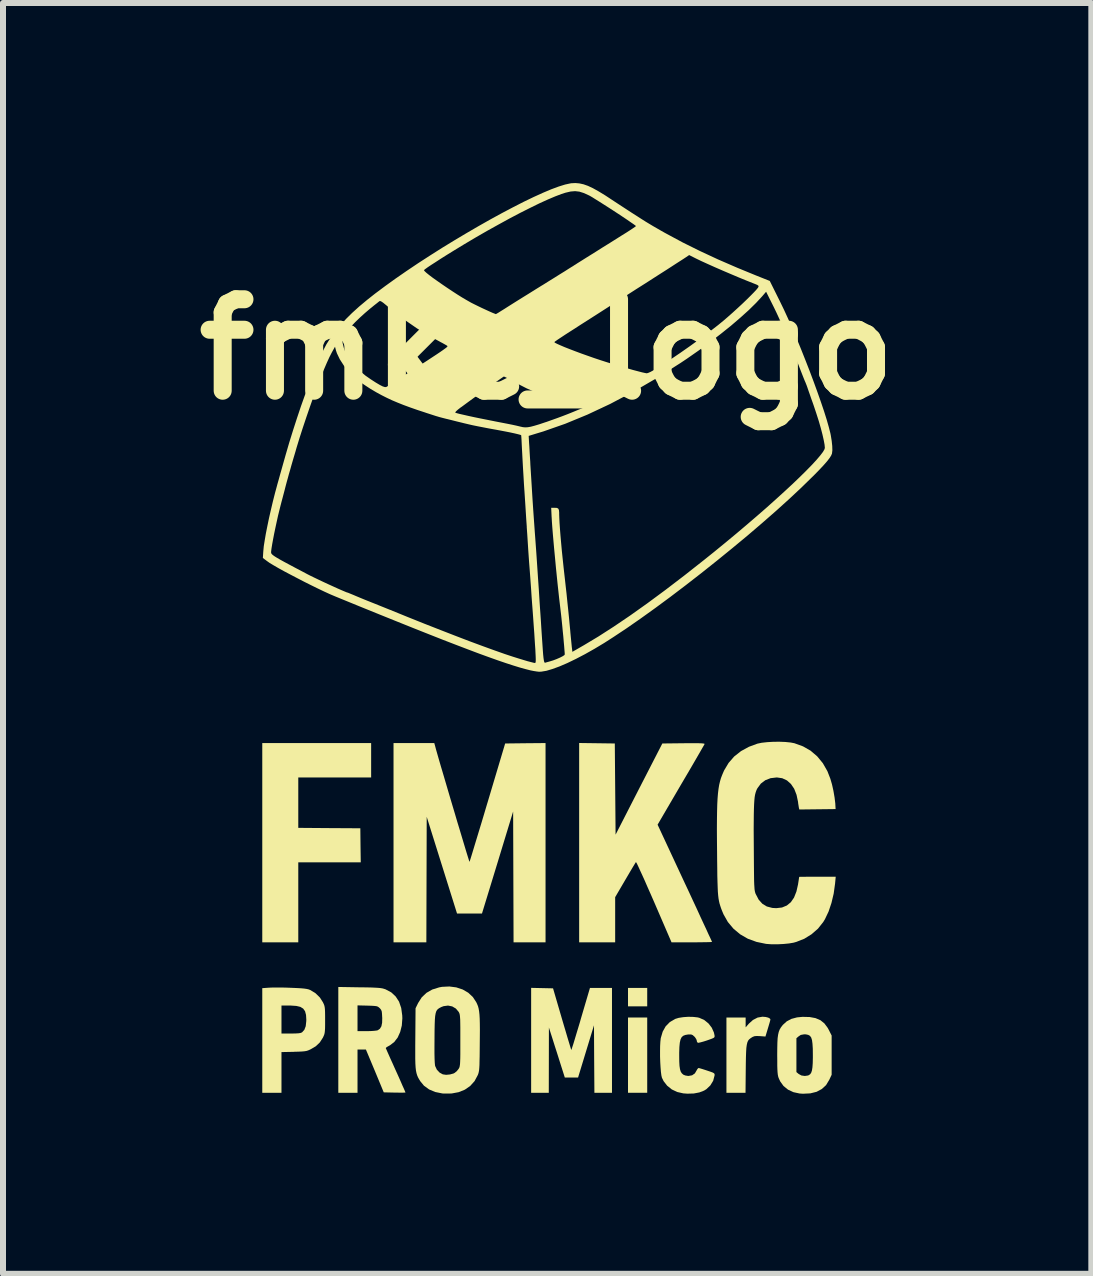
<source format=kicad_pcb>
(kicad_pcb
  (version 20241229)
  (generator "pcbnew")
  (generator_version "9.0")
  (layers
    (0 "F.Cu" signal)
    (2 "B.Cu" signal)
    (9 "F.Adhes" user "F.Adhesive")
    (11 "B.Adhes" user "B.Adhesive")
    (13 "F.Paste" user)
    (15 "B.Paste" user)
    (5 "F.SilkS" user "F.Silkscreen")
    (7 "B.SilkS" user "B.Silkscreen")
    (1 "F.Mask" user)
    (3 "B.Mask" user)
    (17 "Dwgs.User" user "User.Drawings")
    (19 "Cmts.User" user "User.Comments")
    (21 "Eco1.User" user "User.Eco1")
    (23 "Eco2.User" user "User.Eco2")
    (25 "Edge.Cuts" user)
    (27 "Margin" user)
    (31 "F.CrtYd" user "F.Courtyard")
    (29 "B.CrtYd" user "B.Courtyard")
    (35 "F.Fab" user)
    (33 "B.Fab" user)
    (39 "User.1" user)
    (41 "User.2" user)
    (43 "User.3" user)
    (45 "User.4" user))
  (footprint "fmkc_logo"
    (layer "F.Cu")
    (at 6.067 2.771)
    (property "Reference" "fmkc_logo" (at 0 0 0) (layer "F.SilkS") (effects (font (size 1.524 1.524) (thickness 0.3))))
    (attr board_only exclude_from_pos_files exclude_from_bom)
    (fp_poly (pts (xy 1.667 10.947) (xy 1.347 10.947) (xy 1.347 10.64) (xy 1.667 10.64)) (stroke (width 0) (type solid)) (fill yes) (layer "F.SilkS"))
    (fp_poly (pts (xy 1.667 12.387) (xy 1.347 12.387) (xy 1.347 11.133) (xy 1.667 11.133)) (stroke (width 0) (type solid)) (fill yes) (layer "F.SilkS"))
    (fp_poly (pts (xy -2.933 7.133) (xy -4.147 7.133) (xy -4.147 7.973) (xy -3.63 7.977) (xy -3.113 7.98) (xy -3.11 8.263) (xy -3.106 8.547) (xy -4.147 8.547) (xy -4.147 9.88) (xy -4.747 9.88) (xy -4.747 6.56) (xy -2.933 6.56)) (stroke (width 0) (type solid)) (fill yes) (layer "F.SilkS"))
    (fp_poly (pts (xy 3.641 11.124) (xy 3.684 11.135) (xy 3.712 11.151) (xy 3.72 11.165) (xy 3.716 11.183) (xy 3.706 11.22) (xy 3.691 11.271) (xy 3.678 11.314) (xy 3.637 11.45) (xy 3.546 11.443) (xy 3.493 11.441) (xy 3.456 11.444) (xy 3.426 11.455) (xy 3.409 11.465) (xy 3.384 11.482) (xy 3.363 11.5) (xy 3.347 11.521) (xy 3.335 11.55) (xy 3.326 11.588) (xy 3.319 11.639) (xy 3.315 11.706) (xy 3.312 11.791) (xy 3.31 11.898) (xy 3.309 11.99) (xy 3.305 12.387) (xy 2.987 12.387) (xy 2.987 11.133) (xy 3.307 11.133) (xy 3.307 11.297) (xy 3.36 11.236) (xy 3.429 11.174) (xy 3.506 11.134) (xy 3.586 11.12) (xy 3.59 11.12)) (stroke (width 0) (type solid)) (fill yes) (layer "F.SilkS"))
    (fp_poly (pts (xy -0.084 10.643) (xy 0.098 10.647) (xy 0.247 11.157) (xy 0.28 11.269) (xy 0.311 11.373) (xy 0.338 11.465) (xy 0.362 11.544) (xy 0.381 11.607) (xy 0.394 11.65) (xy 0.401 11.671) (xy 0.402 11.673) (xy 0.407 11.662) (xy 0.418 11.628) (xy 0.436 11.574) (xy 0.458 11.501) (xy 0.484 11.414) (xy 0.514 11.315) (xy 0.547 11.206) (xy 0.56 11.159) (xy 0.713 10.64) (xy 0.897 10.64) (xy 1.08 10.64) (xy 1.08 12.387) (xy 0.787 12.387) (xy 0.783 11.825) (xy 0.78 11.263) (xy 0.515 12.133) (xy 0.294 12.133) (xy 0.221 11.903) (xy 0.192 11.811) (xy 0.16 11.71) (xy 0.128 11.611) (xy 0.1 11.522) (xy 0.089 11.487) (xy 0.029 11.3) (xy 0.028 11.843) (xy 0.027 12.387) (xy -0.267 12.387) (xy -0.267 10.639)) (stroke (width 0) (type solid)) (fill yes) (layer "F.SilkS"))
    (fp_poly (pts (xy -0.027 9.88) (xy -0.56 9.88) (xy -0.567 7.7) (xy -0.826 8.55) (xy -1.086 9.4) (xy -1.502 9.4) (xy -2.007 7.789) (xy -2.013 9.88) (xy -2.56 9.88) (xy -2.56 6.56) (xy -1.881 6.56) (xy -1.867 6.61) (xy -1.851 6.67) (xy -1.829 6.747) (xy -1.802 6.841) (xy -1.771 6.948) (xy -1.736 7.065) (xy -1.699 7.191) (xy -1.66 7.324) (xy -1.62 7.46) (xy -1.579 7.598) (xy -1.538 7.735) (xy -1.499 7.868) (xy -1.46 7.996) (xy -1.424 8.116) (xy -1.391 8.226) (xy -1.362 8.323) (xy -1.337 8.405) (xy -1.317 8.469) (xy -1.303 8.514) (xy -1.295 8.537) (xy -1.294 8.539) (xy -1.289 8.525) (xy -1.277 8.488) (xy -1.259 8.43) (xy -1.235 8.351) (xy -1.206 8.255) (xy -1.172 8.143) (xy -1.134 8.018) (xy -1.092 7.88) (xy -1.048 7.733) (xy -1.002 7.578) (xy -0.993 7.549) (xy -0.7 6.567) (xy -0.363 6.563) (xy -0.027 6.56)) (stroke (width 0) (type solid)) (fill yes) (layer "F.SilkS"))
    (fp_poly (pts (xy 0.83 6.563) (xy 1.127 6.567) (xy 1.14 8.086) (xy 1.529 7.326) (xy 1.919 6.567) (xy 2.274 6.563) (xy 2.384 6.562) (xy 2.47 6.562) (xy 2.534 6.563) (xy 2.579 6.565) (xy 2.607 6.568) (xy 2.621 6.572) (xy 2.623 6.576) (xy 2.615 6.591) (xy 2.595 6.626) (xy 2.564 6.68) (xy 2.523 6.751) (xy 2.474 6.836) (xy 2.417 6.934) (xy 2.354 7.042) (xy 2.285 7.159) (xy 2.228 7.256) (xy 1.84 7.92) (xy 2.293 8.893) (xy 2.364 9.044) (xy 2.431 9.189) (xy 2.494 9.324) (xy 2.551 9.449) (xy 2.603 9.561) (xy 2.649 9.659) (xy 2.686 9.741) (xy 2.716 9.804) (xy 2.736 9.848) (xy 2.746 9.871) (xy 2.747 9.873) (xy 2.734 9.875) (xy 2.698 9.877) (xy 2.643 9.878) (xy 2.571 9.879) (xy 2.487 9.88) (xy 2.409 9.88) (xy 2.072 9.88) (xy 1.781 9.206) (xy 1.726 9.08) (xy 1.674 8.963) (xy 1.627 8.855) (xy 1.584 8.76) (xy 1.547 8.68) (xy 1.518 8.616) (xy 1.496 8.57) (xy 1.482 8.546) (xy 1.479 8.543) (xy 1.47 8.557) (xy 1.449 8.591) (xy 1.419 8.641) (xy 1.381 8.705) (xy 1.338 8.778) (xy 1.301 8.841) (xy 1.133 9.128) (xy 1.133 9.88) (xy 0.533 9.88) (xy 0.533 6.559)) (stroke (width 0) (type solid)) (fill yes) (layer "F.SilkS"))
    (fp_poly (pts (xy -4.435 10.633) (xy -4.346 10.635) (xy -4.267 10.638) (xy -4.173 10.642) (xy -4.101 10.646) (xy -4.047 10.651) (xy -4.007 10.657) (xy -3.976 10.664) (xy -3.95 10.674) (xy -3.945 10.676) (xy -3.859 10.729) (xy -3.786 10.801) (xy -3.737 10.878) (xy -3.723 10.907) (xy -3.713 10.933) (xy -3.707 10.96) (xy -3.703 10.995) (xy -3.701 11.042) (xy -3.7 11.107) (xy -3.7 11.173) (xy -3.7 11.255) (xy -3.701 11.316) (xy -3.704 11.36) (xy -3.708 11.392) (xy -3.715 11.419) (xy -3.726 11.445) (xy -3.737 11.469) (xy -3.788 11.548) (xy -3.855 11.612) (xy -3.944 11.664) (xy -3.946 11.665) (xy -3.977 11.679) (xy -4.006 11.689) (xy -4.04 11.695) (xy -4.082 11.699) (xy -4.141 11.702) (xy -4.22 11.704) (xy -4.223 11.705) (xy -4.427 11.709) (xy -4.427 12.387) (xy -4.747 12.387) (xy -4.747 11.4) (xy -4.427 11.4) (xy -4.27 11.4) (xy -4.197 11.399) (xy -4.145 11.396) (xy -4.111 11.391) (xy -4.088 11.382) (xy -4.082 11.378) (xy -4.046 11.338) (xy -4.023 11.278) (xy -4.014 11.195) (xy -4.013 11.17) (xy -4.018 11.09) (xy -4.034 11.029) (xy -4.065 10.985) (xy -4.112 10.956) (xy -4.179 10.94) (xy -4.268 10.934) (xy -4.29 10.933) (xy -4.427 10.933) (xy -4.427 11.4) (xy -4.747 11.4) (xy -4.747 10.644) (xy -4.637 10.636) (xy -4.587 10.634) (xy -4.518 10.633)) (stroke (width 0) (type solid)) (fill yes) (layer "F.SilkS"))
    (fp_poly (pts (xy 4.373 11.125) (xy 4.471 11.143) (xy 4.553 11.178) (xy 4.619 11.231) (xy 4.674 11.305) (xy 4.693 11.34) (xy 4.74 11.433) (xy 4.74 12.087) (xy 4.701 12.17) (xy 4.648 12.258) (xy 4.577 12.324) (xy 4.489 12.371) (xy 4.384 12.397) (xy 4.262 12.403) (xy 4.205 12.399) (xy 4.103 12.377) (xy 4.013 12.335) (xy 3.938 12.274) (xy 3.882 12.196) (xy 3.857 12.141) (xy 3.849 12.116) (xy 3.843 12.086) (xy 3.839 12.048) (xy 3.836 11.999) (xy 3.834 11.935) (xy 3.834 11.851) (xy 3.833 11.76) (xy 3.834 11.644) (xy 3.836 11.551) (xy 3.84 11.478) (xy 4.153 11.478) (xy 4.153 12.042) (xy 4.191 12.074) (xy 4.237 12.099) (xy 4.293 12.107) (xy 4.347 12.099) (xy 4.362 12.092) (xy 4.384 12.076) (xy 4.4 12.051) (xy 4.412 12.015) (xy 4.42 11.963) (xy 4.425 11.893) (xy 4.427 11.801) (xy 4.427 11.76) (xy 4.426 11.654) (xy 4.421 11.572) (xy 4.413 11.51) (xy 4.399 11.466) (xy 4.378 11.438) (xy 4.349 11.422) (xy 4.311 11.414) (xy 4.282 11.413) (xy 4.226 11.423) (xy 4.191 11.446) (xy 4.153 11.478) (xy 3.84 11.478) (xy 3.84 11.477) (xy 3.848 11.419) (xy 3.859 11.372) (xy 3.874 11.333) (xy 3.894 11.299) (xy 3.92 11.265) (xy 3.927 11.256) (xy 3.992 11.197) (xy 4.069 11.156) (xy 4.163 11.131) (xy 4.254 11.122)) (stroke (width 0) (type solid)) (fill yes) (layer "F.SilkS"))
    (fp_poly (pts (xy -3.123 10.63) (xy -3.015 10.631) (xy -2.929 10.633) (xy -2.863 10.636) (xy -2.813 10.639) (xy -2.774 10.643) (xy -2.744 10.648) (xy -2.719 10.655) (xy -2.695 10.663) (xy -2.692 10.664) (xy -2.598 10.714) (xy -2.524 10.783) (xy -2.468 10.869) (xy -2.432 10.974) (xy -2.415 11.097) (xy -2.413 11.147) (xy -2.422 11.267) (xy -2.449 11.374) (xy -2.491 11.467) (xy -2.548 11.541) (xy -2.618 11.595) (xy -2.64 11.607) (xy -2.671 11.624) (xy -2.688 11.64) (xy -2.688 11.646) (xy -2.681 11.661) (xy -2.665 11.698) (xy -2.641 11.752) (xy -2.61 11.822) (xy -2.573 11.903) (xy -2.533 11.993) (xy -2.521 12.019) (xy -2.48 12.11) (xy -2.443 12.193) (xy -2.412 12.265) (xy -2.386 12.322) (xy -2.369 12.362) (xy -2.361 12.382) (xy -2.36 12.383) (xy -2.373 12.384) (xy -2.407 12.385) (xy -2.458 12.385) (xy -2.522 12.384) (xy -2.542 12.384) (xy -2.723 12.38) (xy -2.871 12.023) (xy -3.02 11.667) (xy -3.16 11.667) (xy -3.16 12.387) (xy -3.48 12.387) (xy -3.48 11.36) (xy -3.16 11.36) (xy -3.007 11.36) (xy -2.943 11.359) (xy -2.885 11.355) (xy -2.842 11.35) (xy -2.822 11.345) (xy -2.786 11.319) (xy -2.762 11.279) (xy -2.75 11.22) (xy -2.748 11.14) (xy -2.749 11.13) (xy -2.752 11.072) (xy -2.756 11.034) (xy -2.765 11.009) (xy -2.779 10.989) (xy -2.79 10.977) (xy -2.807 10.962) (xy -2.824 10.951) (xy -2.846 10.944) (xy -2.88 10.94) (xy -2.93 10.937) (xy -2.994 10.935) (xy -3.16 10.931) (xy -3.16 11.36) (xy -3.48 11.36) (xy -3.48 10.624)) (stroke (width 0) (type solid)) (fill yes) (layer "F.SilkS"))
    (fp_poly (pts (xy 2.434 11.123) (xy 2.507 11.131) (xy 2.535 11.138) (xy 2.616 11.174) (xy 2.687 11.231) (xy 2.742 11.302) (xy 2.778 11.382) (xy 2.789 11.432) (xy 2.79 11.45) (xy 2.785 11.463) (xy 2.771 11.474) (xy 2.741 11.487) (xy 2.694 11.504) (xy 2.66 11.516) (xy 2.603 11.534) (xy 2.555 11.547) (xy 2.522 11.554) (xy 2.51 11.554) (xy 2.496 11.537) (xy 2.493 11.519) (xy 2.484 11.493) (xy 2.462 11.46) (xy 2.453 11.451) (xy 2.425 11.426) (xy 2.4 11.416) (xy 2.365 11.415) (xy 2.346 11.416) (xy 2.301 11.424) (xy 2.266 11.438) (xy 2.24 11.462) (xy 2.222 11.499) (xy 2.21 11.552) (xy 2.203 11.624) (xy 2.2 11.718) (xy 2.2 11.77) (xy 2.201 11.866) (xy 2.205 11.939) (xy 2.213 11.993) (xy 2.225 12.033) (xy 2.242 12.061) (xy 2.266 12.083) (xy 2.268 12.085) (xy 2.302 12.099) (xy 2.345 12.106) (xy 2.353 12.107) (xy 2.415 12.096) (xy 2.461 12.064) (xy 2.488 12.018) (xy 2.505 11.989) (xy 2.521 11.975) (xy 2.524 11.974) (xy 2.543 11.979) (xy 2.581 11.99) (xy 2.631 12.006) (xy 2.667 12.018) (xy 2.724 12.037) (xy 2.761 12.051) (xy 2.781 12.063) (xy 2.789 12.075) (xy 2.79 12.092) (xy 2.789 12.1) (xy 2.766 12.187) (xy 2.719 12.264) (xy 2.653 12.327) (xy 2.614 12.351) (xy 2.537 12.381) (xy 2.443 12.399) (xy 2.337 12.402) (xy 2.268 12.397) (xy 2.167 12.374) (xy 2.076 12.331) (xy 1.999 12.269) (xy 1.94 12.193) (xy 1.912 12.136) (xy 1.903 12.097) (xy 1.895 12.036) (xy 1.889 11.96) (xy 1.884 11.874) (xy 1.881 11.783) (xy 1.881 11.693) (xy 1.882 11.609) (xy 1.886 11.537) (xy 1.892 11.483) (xy 1.893 11.476) (xy 1.925 11.368) (xy 1.975 11.279) (xy 2.044 11.209) (xy 2.132 11.157) (xy 2.132 11.157) (xy 2.191 11.139) (xy 2.267 11.127) (xy 2.351 11.121)) (stroke (width 0) (type solid)) (fill yes) (layer "F.SilkS"))
    (fp_poly (pts (xy -1.514 10.631) (xy -1.408 10.666) (xy -1.315 10.72) (xy -1.238 10.792) (xy -1.182 10.877) (xy -1.166 10.911) (xy -1.152 10.946) (xy -1.142 10.984) (xy -1.134 11.03) (xy -1.128 11.084) (xy -1.124 11.152) (xy -1.122 11.235) (xy -1.121 11.336) (xy -1.122 11.459) (xy -1.123 11.56) (xy -1.124 11.683) (xy -1.125 11.783) (xy -1.127 11.862) (xy -1.128 11.924) (xy -1.131 11.972) (xy -1.134 12.008) (xy -1.139 12.036) (xy -1.144 12.059) (xy -1.151 12.08) (xy -1.158 12.096) (xy -1.21 12.193) (xy -1.282 12.273) (xy -1.371 12.335) (xy -1.475 12.377) (xy -1.593 12.399) (xy -1.722 12.4) (xy -1.747 12.398) (xy -1.866 12.374) (xy -1.968 12.331) (xy -2.053 12.269) (xy -2.113 12.196) (xy -2.134 12.162) (xy -2.152 12.13) (xy -2.166 12.097) (xy -2.177 12.061) (xy -2.186 12.018) (xy -2.192 11.965) (xy -2.196 11.9) (xy -2.198 11.819) (xy -2.198 11.721) (xy -2.198 11.618) (xy -1.878 11.618) (xy -1.878 11.731) (xy -1.876 11.82) (xy -1.873 11.885) (xy -1.869 11.928) (xy -1.866 11.942) (xy -1.838 12.002) (xy -1.792 12.051) (xy -1.739 12.08) (xy -1.684 12.088) (xy -1.62 12.082) (xy -1.561 12.066) (xy -1.542 12.056) (xy -1.507 12.028) (xy -1.477 11.991) (xy -1.474 11.986) (xy -1.466 11.972) (xy -1.46 11.957) (xy -1.456 11.936) (xy -1.452 11.908) (xy -1.45 11.87) (xy -1.448 11.817) (xy -1.447 11.748) (xy -1.447 11.659) (xy -1.447 11.547) (xy -1.447 11.513) (xy -1.447 11.395) (xy -1.447 11.3) (xy -1.448 11.226) (xy -1.449 11.169) (xy -1.452 11.127) (xy -1.455 11.097) (xy -1.459 11.075) (xy -1.465 11.058) (xy -1.472 11.044) (xy -1.473 11.041) (xy -1.521 10.984) (xy -1.582 10.948) (xy -1.652 10.934) (xy -1.726 10.944) (xy -1.763 10.958) (xy -1.792 10.973) (xy -1.815 10.988) (xy -1.834 11.006) (xy -1.848 11.03) (xy -1.858 11.062) (xy -1.866 11.107) (xy -1.871 11.166) (xy -1.874 11.243) (xy -1.876 11.341) (xy -1.877 11.461) (xy -1.877 11.48) (xy -1.878 11.618) (xy -2.198 11.618) (xy -2.198 11.6) (xy -2.197 11.477) (xy -2.193 10.979) (xy -2.15 10.891) (xy -2.09 10.797) (xy -2.011 10.722) (xy -1.915 10.667) (xy -1.8 10.631) (xy -1.752 10.622) (xy -1.63 10.616)) (stroke (width 0) (type solid)) (fill yes) (layer "F.SilkS"))
    (fp_poly (pts (xy 3.97 6.542) (xy 4.058 6.551) (xy 4.12 6.563) (xy 4.263 6.615) (xy 4.389 6.687) (xy 4.499 6.781) (xy 4.593 6.895) (xy 4.669 7.028) (xy 4.718 7.153) (xy 4.746 7.249) (xy 4.77 7.357) (xy 4.789 7.468) (xy 4.801 7.568) (xy 4.802 7.593) (xy 4.806 7.66) (xy 4.201 7.667) (xy 4.194 7.637) (xy 4.189 7.606) (xy 4.182 7.562) (xy 4.18 7.54) (xy 4.155 7.422) (xy 4.116 7.322) (xy 4.062 7.242) (xy 3.996 7.183) (xy 3.917 7.146) (xy 3.828 7.133) (xy 3.825 7.133) (xy 3.723 7.145) (xy 3.635 7.179) (xy 3.561 7.235) (xy 3.504 7.312) (xy 3.494 7.33) (xy 3.483 7.356) (xy 3.473 7.386) (xy 3.464 7.421) (xy 3.457 7.463) (xy 3.452 7.516) (xy 3.448 7.58) (xy 3.445 7.659) (xy 3.443 7.753) (xy 3.442 7.867) (xy 3.441 8) (xy 3.442 8.157) (xy 3.443 8.301) (xy 3.444 8.456) (xy 3.445 8.587) (xy 3.446 8.696) (xy 3.447 8.786) (xy 3.448 8.858) (xy 3.45 8.915) (xy 3.453 8.959) (xy 3.455 8.993) (xy 3.459 9.02) (xy 3.463 9.04) (xy 3.468 9.057) (xy 3.474 9.074) (xy 3.476 9.077) (xy 3.524 9.169) (xy 3.585 9.237) (xy 3.66 9.283) (xy 3.751 9.307) (xy 3.818 9.311) (xy 3.913 9.3) (xy 3.993 9.267) (xy 4.06 9.212) (xy 4.113 9.135) (xy 4.153 9.034) (xy 4.181 8.911) (xy 4.181 8.908) (xy 4.189 8.857) (xy 4.195 8.816) (xy 4.199 8.793) (xy 4.199 8.79) (xy 4.212 8.789) (xy 4.248 8.788) (xy 4.303 8.788) (xy 4.373 8.787) (xy 4.456 8.787) (xy 4.504 8.787) (xy 4.808 8.787) (xy 4.797 8.903) (xy 4.774 9.068) (xy 4.737 9.224) (xy 4.689 9.367) (xy 4.63 9.492) (xy 4.6 9.542) (xy 4.512 9.653) (xy 4.405 9.746) (xy 4.284 9.821) (xy 4.152 9.873) (xy 4.106 9.886) (xy 4.03 9.899) (xy 3.937 9.908) (xy 3.837 9.913) (xy 3.741 9.913) (xy 3.658 9.907) (xy 3.647 9.906) (xy 3.488 9.873) (xy 3.343 9.82) (xy 3.215 9.746) (xy 3.104 9.653) (xy 3.011 9.542) (xy 2.938 9.413) (xy 2.913 9.353) (xy 2.897 9.311) (xy 2.884 9.272) (xy 2.872 9.233) (xy 2.863 9.193) (xy 2.855 9.148) (xy 2.849 9.096) (xy 2.844 9.035) (xy 2.841 8.962) (xy 2.838 8.875) (xy 2.835 8.77) (xy 2.834 8.646) (xy 2.832 8.5) (xy 2.831 8.366) (xy 2.829 8.165) (xy 2.828 7.989) (xy 2.829 7.835) (xy 2.831 7.702) (xy 2.834 7.586) (xy 2.839 7.486) (xy 2.846 7.399) (xy 2.855 7.324) (xy 2.866 7.257) (xy 2.88 7.198) (xy 2.896 7.143) (xy 2.916 7.091) (xy 2.938 7.039) (xy 2.95 7.013) (xy 3.023 6.891) (xy 3.116 6.784) (xy 3.23 6.694) (xy 3.362 6.622) (xy 3.503 6.57) (xy 3.575 6.555) (xy 3.665 6.545) (xy 3.766 6.539) (xy 3.87 6.538)) (stroke (width 0) (type solid)) (fill yes) (layer "F.SilkS"))
    (fp_poly (pts (xy 0.538 -2.765) (xy 0.606 -2.75) (xy 0.68 -2.724) (xy 0.763 -2.685) (xy 0.858 -2.632) (xy 0.968 -2.565) (xy 1.053 -2.509) (xy 1.19 -2.419) (xy 1.308 -2.342) (xy 1.409 -2.276) (xy 1.497 -2.22) (xy 1.573 -2.171) (xy 1.641 -2.128) (xy 1.704 -2.09) (xy 1.764 -2.054) (xy 1.825 -2.019) (xy 1.889 -1.982) (xy 1.958 -1.943) (xy 1.993 -1.924) (xy 2.257 -1.782) (xy 2.543 -1.64) (xy 2.846 -1.499) (xy 3.164 -1.361) (xy 3.478 -1.232) (xy 3.709 -1.14) (xy 3.878 -0.8) (xy 3.944 -0.664) (xy 4.013 -0.514) (xy 4.085 -0.351) (xy 4.158 -0.179) (xy 4.231 -0.001) (xy 4.303 0.18) (xy 4.374 0.362) (xy 4.441 0.541) (xy 4.504 0.714) (xy 4.562 0.879) (xy 4.614 1.033) (xy 4.658 1.173) (xy 4.693 1.296) (xy 4.719 1.398) (xy 4.726 1.433) (xy 4.741 1.526) (xy 4.75 1.611) (xy 4.752 1.682) (xy 4.746 1.733) (xy 4.745 1.738) (xy 4.731 1.771) (xy 4.704 1.813) (xy 4.663 1.866) (xy 4.606 1.931) (xy 4.533 2.009) (xy 4.441 2.103) (xy 4.414 2.129) (xy 4.232 2.307) (xy 4.031 2.495) (xy 3.813 2.692) (xy 3.581 2.895) (xy 3.338 3.103) (xy 3.086 3.312) (xy 2.829 3.521) (xy 2.569 3.728) (xy 2.309 3.93) (xy 2.051 4.126) (xy 1.799 4.312) (xy 1.555 4.487) (xy 1.322 4.649) (xy 1.102 4.795) (xy 0.951 4.892) (xy 0.788 4.99) (xy 0.63 5.079) (xy 0.479 5.158) (xy 0.336 5.227) (xy 0.206 5.283) (xy 0.088 5.326) (xy -0.013 5.356) (xy -0.097 5.37) (xy -0.133 5.372) (xy -0.17 5.368) (xy -0.221 5.36) (xy -0.277 5.349) (xy -0.281 5.348) (xy -0.363 5.327) (xy -0.457 5.301) (xy -0.564 5.268) (xy -0.684 5.229) (xy -0.819 5.183) (xy -0.968 5.13) (xy -1.133 5.07) (xy -1.316 5.001) (xy -1.515 4.925) (xy -1.733 4.841) (xy -1.971 4.747) (xy -2.228 4.645) (xy -2.507 4.533) (xy -2.807 4.412) (xy -3.13 4.281) (xy -3.477 4.139) (xy -3.54 4.113) (xy -3.62 4.079) (xy -3.714 4.036) (xy -3.819 3.986) (xy -3.931 3.931) (xy -4.047 3.873) (xy -4.163 3.813) (xy -4.276 3.754) (xy -4.382 3.698) (xy -4.478 3.645) (xy -4.559 3.598) (xy -4.624 3.559) (xy -4.665 3.53) (xy -4.737 3.476) (xy -4.731 3.381) (xy -4.6 3.381) (xy -4.599 3.392) (xy -4.594 3.404) (xy -4.583 3.417) (xy -4.565 3.432) (xy -4.538 3.451) (xy -4.499 3.475) (xy -4.447 3.505) (xy -4.38 3.542) (xy -4.296 3.587) (xy -4.193 3.642) (xy -4.069 3.707) (xy -3.992 3.748) (xy -3.943 3.773) (xy -3.881 3.803) (xy -3.808 3.838) (xy -3.73 3.875) (xy -3.648 3.913) (xy -3.569 3.949) (xy -3.494 3.983) (xy -3.428 4.012) (xy -3.376 4.034) (xy -3.34 4.049) (xy -3.325 4.053) (xy -3.311 4.058) (xy -3.278 4.072) (xy -3.231 4.091) (xy -3.189 4.109) (xy -3.122 4.137) (xy -3.052 4.166) (xy -2.99 4.191) (xy -2.967 4.2) (xy -2.925 4.217) (xy -2.864 4.241) (xy -2.79 4.271) (xy -2.708 4.304) (xy -2.624 4.338) (xy -2.62 4.339) (xy -2.326 4.459) (xy -2.044 4.572) (xy -1.776 4.677) (xy -1.524 4.775) (xy -1.289 4.865) (xy -1.073 4.945) (xy -0.877 5.016) (xy -0.704 5.077) (xy -0.653 5.094) (xy -0.568 5.122) (xy -0.482 5.149) (xy -0.4 5.174) (xy -0.327 5.196) (xy -0.265 5.212) (xy -0.222 5.223) (xy -0.203 5.226) (xy -0.195 5.221) (xy -0.191 5.202) (xy -0.19 5.166) (xy -0.192 5.109) (xy -0.194 5.07) (xy -0.197 5.003) (xy -0.203 4.918) (xy -0.209 4.823) (xy -0.215 4.726) (xy -0.22 4.66) (xy -0.227 4.563) (xy -0.235 4.449) (xy -0.244 4.328) (xy -0.253 4.21) (xy -0.26 4.113) (xy -0.267 4.004) (xy -0.276 3.88) (xy -0.285 3.754) (xy -0.294 3.635) (xy -0.301 3.547) (xy -0.308 3.447) (xy -0.316 3.33) (xy -0.324 3.205) (xy -0.332 3.08) (xy -0.34 2.967) (xy -0.34 2.953) (xy -0.348 2.84) (xy -0.356 2.714) (xy -0.364 2.585) (xy -0.372 2.463) (xy -0.379 2.356) (xy -0.38 2.347) (xy -0.387 2.241) (xy -0.394 2.119) (xy -0.402 1.989) (xy -0.409 1.863) (xy -0.415 1.75) (xy -0.415 1.747) (xy -0.42 1.658) (xy -0.424 1.579) (xy -0.427 1.514) (xy -0.43 1.465) (xy -0.432 1.442) (xy -0.308 1.442) (xy -0.301 1.564) (xy -0.297 1.62) (xy -0.293 1.695) (xy -0.288 1.781) (xy -0.282 1.871) (xy -0.28 1.92) (xy -0.269 2.096) (xy -0.257 2.287) (xy -0.245 2.484) (xy -0.232 2.679) (xy -0.219 2.864) (xy -0.207 3.031) (xy -0.207 3.033) (xy -0.199 3.139) (xy -0.191 3.25) (xy -0.182 3.372) (xy -0.173 3.505) (xy -0.163 3.653) (xy -0.152 3.818) (xy -0.139 4.004) (xy -0.126 4.213) (xy -0.121 4.287) (xy -0.113 4.401) (xy -0.105 4.518) (xy -0.098 4.633) (xy -0.091 4.739) (xy -0.085 4.83) (xy -0.08 4.9) (xy -0.073 5.004) (xy -0.067 5.084) (xy -0.061 5.142) (xy -0.055 5.183) (xy -0.049 5.208) (xy -0.042 5.22) (xy -0.034 5.222) (xy -0.032 5.221) (xy -0.009 5.214) (xy 0.028 5.204) (xy 0.042 5.2) (xy 0.101 5.182) (xy 0.159 5.16) (xy 0.214 5.136) (xy 0.257 5.114) (xy 0.286 5.095) (xy 0.293 5.084) (xy 0.292 5.058) (xy 0.288 5.01) (xy 0.283 4.946) (xy 0.276 4.869) (xy 0.269 4.785) (xy 0.26 4.698) (xy 0.252 4.613) (xy 0.244 4.534) (xy 0.237 4.468) (xy 0.234 4.44) (xy 0.216 4.285) (xy 0.2 4.151) (xy 0.187 4.031) (xy 0.175 3.921) (xy 0.164 3.814) (xy 0.153 3.704) (xy 0.147 3.647) (xy 0.13 3.465) (xy 0.115 3.308) (xy 0.103 3.173) (xy 0.093 3.057) (xy 0.085 2.958) (xy 0.079 2.874) (xy 0.075 2.802) (xy 0.074 2.79) (xy 0.067 2.64) (xy 0.126 2.64) (xy 0.162 2.642) (xy 0.184 2.653) (xy 0.196 2.677) (xy 0.2 2.72) (xy 0.2 2.75) (xy 0.202 2.809) (xy 0.206 2.89) (xy 0.213 2.99) (xy 0.222 3.104) (xy 0.233 3.229) (xy 0.245 3.361) (xy 0.259 3.495) (xy 0.273 3.628) (xy 0.287 3.753) (xy 0.297 3.841) (xy 0.309 3.95) (xy 0.323 4.073) (xy 0.336 4.203) (xy 0.35 4.336) (xy 0.363 4.464) (xy 0.374 4.581) (xy 0.384 4.682) (xy 0.387 4.72) (xy 0.394 4.794) (xy 0.401 4.865) (xy 0.407 4.925) (xy 0.411 4.968) (xy 0.412 4.97) (xy 0.42 5.04) (xy 0.613 4.929) (xy 0.853 4.785) (xy 1.108 4.621) (xy 1.38 4.437) (xy 1.667 4.233) (xy 1.969 4.01) (xy 2.287 3.767) (xy 2.618 3.506) (xy 2.78 3.376) (xy 2.966 3.224) (xy 3.148 3.073) (xy 3.324 2.924) (xy 3.494 2.778) (xy 3.657 2.636) (xy 3.811 2.498) (xy 3.955 2.367) (xy 4.089 2.243) (xy 4.21 2.127) (xy 4.318 2.02) (xy 4.412 1.924) (xy 4.49 1.839) (xy 4.552 1.766) (xy 4.596 1.708) (xy 4.621 1.664) (xy 4.627 1.641) (xy 4.622 1.587) (xy 4.608 1.512) (xy 4.587 1.419) (xy 4.559 1.311) (xy 4.525 1.193) (xy 4.485 1.068) (xy 4.442 0.939) (xy 4.426 0.893) (xy 4.4 0.821) (xy 4.377 0.754) (xy 4.357 0.697) (xy 4.343 0.657) (xy 4.34 0.647) (xy 4.324 0.602) (xy 4.303 0.549) (xy 4.293 0.527) (xy 4.276 0.485) (xy 4.253 0.427) (xy 4.228 0.363) (xy 4.214 0.327) (xy 4.15 0.161) (xy 4.083 -0.008) (xy 4.014 -0.175) (xy 3.946 -0.335) (xy 3.88 -0.483) (xy 3.819 -0.615) (xy 3.779 -0.698) (xy 3.648 -0.96) (xy 3.582 -0.883) (xy 3.481 -0.774) (xy 3.359 -0.654) (xy 3.218 -0.527) (xy 3.062 -0.393) (xy 2.891 -0.256) (xy 2.711 -0.117) (xy 2.522 0.021) (xy 2.327 0.157) (xy 2.219 0.229) (xy 1.822 0.481) (xy 1.432 0.708) (xy 1.049 0.91) (xy 0.672 1.087) (xy 0.301 1.24) (xy -0.065 1.368) (xy -0.171 1.4) (xy -0.308 1.442) (xy -0.432 1.442) (xy -0.432 1.436) (xy -0.433 1.431) (xy -0.448 1.424) (xy -0.486 1.414) (xy -0.544 1.4) (xy -0.618 1.384) (xy -0.704 1.367) (xy -0.799 1.349) (xy -0.847 1.34) (xy -0.97 1.318) (xy -1.073 1.298) (xy -1.161 1.281) (xy -1.239 1.265) (xy -1.313 1.248) (xy -1.389 1.23) (xy -1.433 1.219) (xy -1.507 1.201) (xy -1.586 1.181) (xy -1.658 1.163) (xy -1.68 1.158) (xy -1.739 1.143) (xy -1.796 1.128) (xy -1.839 1.115) (xy -1.847 1.113) (xy -2.014 1.059) (xy -2.037 1.051) (xy -1.532 1.051) (xy -1.53 1.055) (xy -1.507 1.063) (xy -1.462 1.075) (xy -1.396 1.09) (xy -1.313 1.109) (xy -1.216 1.13) (xy -1.109 1.152) (xy -0.993 1.175) (xy -0.873 1.199) (xy -0.833 1.207) (xy -0.74 1.225) (xy -0.652 1.242) (xy -0.573 1.258) (xy -0.509 1.272) (xy -0.463 1.283) (xy -0.447 1.287) (xy -0.407 1.296) (xy -0.368 1.3) (xy -0.325 1.298) (xy -0.273 1.289) (xy -0.209 1.272) (xy -0.129 1.248) (xy -0.028 1.214) (xy -0.02 1.212) (xy 0.07 1.18) (xy 0.165 1.146) (xy 0.257 1.112) (xy 0.337 1.081) (xy 0.38 1.064) (xy 0.444 1.038) (xy 0.502 1.014) (xy 0.548 0.995) (xy 0.576 0.985) (xy 0.577 0.984) (xy 0.602 0.973) (xy 0.61 0.965) (xy 0.61 0.965) (xy 0.596 0.961) (xy 0.561 0.951) (xy 0.508 0.937) (xy 0.443 0.92) (xy 0.392 0.907) (xy 0.188 0.851) (xy 0.003 0.792) (xy -0.17 0.726) (xy -0.34 0.651) (xy -0.512 0.563) (xy -0.625 0.501) (xy -0.667 0.478) (xy -0.702 0.461) (xy -0.72 0.453) (xy -0.721 0.453) (xy -0.735 0.461) (xy -0.768 0.484) (xy -0.82 0.52) (xy -0.889 0.568) (xy -0.973 0.629) (xy -1.071 0.699) (xy -1.181 0.779) (xy -1.302 0.867) (xy -1.431 0.962) (xy -1.437 0.965) (xy -1.488 1.005) (xy -1.52 1.034) (xy -1.532 1.051) (xy -2.037 1.051) (xy -2.159 1.011) (xy -2.285 0.967) (xy -2.396 0.926) (xy -2.496 0.886) (xy -2.588 0.847) (xy -2.675 0.806) (xy -2.76 0.763) (xy -2.848 0.715) (xy -2.94 0.661) (xy -3.029 0.603) (xy -3.111 0.547) (xy -3.178 0.496) (xy -3.208 0.47) (xy -3.304 0.373) (xy -3.388 0.27) (xy -3.455 0.166) (xy -3.503 0.066) (xy -3.52 0.015) (xy -3.535 -0.044) (xy -3.59 0.055) (xy -3.629 0.131) (xy -3.674 0.23) (xy -3.725 0.349) (xy -3.779 0.485) (xy -3.836 0.634) (xy -3.895 0.793) (xy -3.954 0.96) (xy -4.013 1.132) (xy -4.071 1.305) (xy -4.126 1.476) (xy -4.177 1.643) (xy -4.193 1.7) (xy -4.23 1.824) (xy -4.26 1.927) (xy -4.284 2.013) (xy -4.305 2.085) (xy -4.322 2.148) (xy -4.338 2.205) (xy -4.353 2.261) (xy -4.368 2.319) (xy -4.368 2.32) (xy -4.388 2.396) (xy -4.408 2.472) (xy -4.426 2.539) (xy -4.439 2.59) (xy -4.44 2.593) (xy -4.461 2.677) (xy -4.484 2.77) (xy -4.506 2.87) (xy -4.528 2.972) (xy -4.549 3.072) (xy -4.567 3.166) (xy -4.582 3.248) (xy -4.593 3.316) (xy -4.599 3.364) (xy -4.6 3.381) (xy -4.731 3.381) (xy -4.729 3.355) (xy -4.722 3.281) (xy -4.707 3.186) (xy -4.688 3.074) (xy -4.663 2.948) (xy -4.635 2.813) (xy -4.603 2.673) (xy -4.57 2.533) (xy -4.535 2.395) (xy -4.5 2.266) (xy -4.496 2.25) (xy -4.474 2.173) (xy -4.45 2.086) (xy -4.427 2.005) (xy -4.42 1.98) (xy -4.36 1.767) (xy -4.298 1.554) (xy -4.233 1.345) (xy -4.167 1.141) (xy -4.101 0.944) (xy -4.034 0.756) (xy -3.969 0.578) (xy -3.905 0.413) (xy -3.843 0.263) (xy -3.784 0.129) (xy -3.729 0.013) (xy -3.679 -0.083) (xy -3.633 -0.156) (xy -3.629 -0.161) (xy -3.41 -0.161) (xy -3.41 -0.124) (xy -3.408 -0.104) (xy -3.38 0.007) (xy -3.327 0.119) (xy -3.249 0.229) (xy -3.149 0.336) (xy -3.027 0.438) (xy -2.941 0.498) (xy -2.856 0.553) (xy -2.79 0.592) (xy -2.741 0.617) (xy -2.706 0.628) (xy -2.683 0.628) (xy -2.68 0.626) (xy -2.663 0.617) (xy -2.628 0.594) (xy -2.575 0.56) (xy -2.508 0.517) (xy -2.429 0.466) (xy -2.342 0.41) (xy -2.258 0.356) (xy -2.125 0.269) (xy -2.012 0.196) (xy -1.918 0.134) (xy -1.842 0.084) (xy -1.781 0.043) (xy -1.735 0.011) (xy -1.702 -0.013) (xy -1.679 -0.03) (xy -1.666 -0.043) (xy -1.661 -0.051) (xy -1.661 -0.055) (xy -1.676 -0.066) (xy -1.709 -0.085) (xy -1.754 -0.11) (xy -1.774 -0.12) (xy 0.12 -0.12) (xy 0.132 -0.109) (xy 0.167 -0.091) (xy 0.221 -0.067) (xy 0.291 -0.037) (xy 0.375 -0.004) (xy 0.469 0.032) (xy 0.571 0.07) (xy 0.678 0.108) (xy 0.786 0.146) (xy 0.894 0.182) (xy 0.997 0.215) (xy 1.007 0.218) (xy 1.118 0.252) (xy 1.227 0.285) (xy 1.332 0.315) (xy 1.428 0.343) (xy 1.512 0.365) (xy 1.581 0.383) (xy 1.631 0.394) (xy 1.659 0.399) (xy 1.682 0.393) (xy 1.721 0.376) (xy 1.767 0.351) (xy 1.779 0.344) (xy 1.913 0.262) (xy 2.061 0.165) (xy 2.219 0.058) (xy 2.382 -0.056) (xy 2.545 -0.174) (xy 2.703 -0.292) (xy 2.85 -0.406) (xy 2.873 -0.425) (xy 2.939 -0.479) (xy 3.012 -0.542) (xy 3.09 -0.611) (xy 3.169 -0.683) (xy 3.247 -0.755) (xy 3.32 -0.825) (xy 3.386 -0.89) (xy 3.442 -0.947) (xy 3.485 -0.993) (xy 3.512 -1.026) (xy 3.517 -1.035) (xy 3.523 -1.05) (xy 3.519 -1.061) (xy 3.5 -1.074) (xy 3.462 -1.09) (xy 3.436 -1.1) (xy 3.323 -1.145) (xy 3.198 -1.196) (xy 3.066 -1.252) (xy 2.932 -1.309) (xy 2.801 -1.366) (xy 2.678 -1.421) (xy 2.568 -1.471) (xy 2.477 -1.515) (xy 2.453 -1.527) (xy 2.366 -1.571) (xy 2.313 -1.535) (xy 2.296 -1.524) (xy 2.272 -1.508) (xy 2.238 -1.486) (xy 2.194 -1.458) (xy 2.138 -1.422) (xy 2.069 -1.377) (xy 1.987 -1.324) (xy 1.888 -1.261) (xy 1.774 -1.188) (xy 1.642 -1.103) (xy 1.49 -1.007) (xy 1.319 -0.897) (xy 1.147 -0.787) (xy 0.969 -0.673) (xy 0.813 -0.573) (xy 0.677 -0.486) (xy 0.559 -0.411) (xy 0.459 -0.346) (xy 0.374 -0.292) (xy 0.304 -0.247) (xy 0.248 -0.21) (xy 0.204 -0.181) (xy 0.171 -0.159) (xy 0.147 -0.142) (xy 0.131 -0.131) (xy 0.123 -0.124) (xy 0.12 -0.121) (xy 0.12 -0.12) (xy -1.774 -0.12) (xy -1.784 -0.126) (xy -1.974 -0.229) (xy -2.17 -0.35) (xy -2.364 -0.484) (xy -2.55 -0.625) (xy -2.685 -0.738) (xy -2.734 -0.778) (xy -2.769 -0.801) (xy -2.789 -0.806) (xy -2.79 -0.805) (xy -2.806 -0.794) (xy -2.838 -0.768) (xy -2.883 -0.733) (xy -2.934 -0.691) (xy -2.947 -0.681) (xy -3.034 -0.607) (xy -3.119 -0.53) (xy -3.198 -0.454) (xy -3.267 -0.381) (xy -3.324 -0.317) (xy -3.365 -0.263) (xy -3.378 -0.241) (xy -3.4 -0.197) (xy -3.41 -0.161) (xy -3.629 -0.161) (xy -3.595 -0.204) (xy -3.553 -0.252) (xy -3.51 -0.308) (xy -3.485 -0.344) (xy -3.428 -0.421) (xy -3.349 -0.509) (xy -3.25 -0.607) (xy -3.133 -0.713) (xy -2.999 -0.825) (xy -2.867 -0.929) (xy -2.701 -1.053) (xy -2.526 -1.179) (xy -2.341 -1.307) (xy -2.323 -1.319) (xy -2.053 -1.319) (xy -2.042 -1.303) (xy -2.012 -1.275) (xy -1.965 -1.237) (xy -1.904 -1.191) (xy -1.832 -1.14) (xy -1.752 -1.084) (xy -1.667 -1.026) (xy -1.581 -0.969) (xy -1.495 -0.913) (xy -1.413 -0.862) (xy -1.338 -0.818) (xy -1.273 -0.781) (xy -1.26 -0.774) (xy -1.212 -0.75) (xy -1.153 -0.721) (xy -1.089 -0.69) (xy -1.024 -0.66) (xy -0.963 -0.632) (xy -0.911 -0.609) (xy -0.873 -0.594) (xy -0.855 -0.587) (xy -0.842 -0.594) (xy -0.811 -0.612) (xy -0.767 -0.64) (xy -0.712 -0.674) (xy -0.695 -0.685) (xy -0.648 -0.715) (xy -0.583 -0.756) (xy -0.502 -0.807) (xy -0.409 -0.865) (xy -0.307 -0.928) (xy -0.2 -0.995) (xy -0.092 -1.062) (xy -0.073 -1.073) (xy 0.029 -1.137) (xy 0.126 -1.197) (xy 0.215 -1.253) (xy 0.293 -1.301) (xy 0.357 -1.342) (xy 0.405 -1.372) (xy 0.435 -1.39) (xy 0.44 -1.394) (xy 0.454 -1.403) (xy 0.474 -1.415) (xy 0.501 -1.433) (xy 0.538 -1.456) (xy 0.586 -1.486) (xy 0.646 -1.524) (xy 0.72 -1.57) (xy 0.81 -1.626) (xy 0.917 -1.694) (xy 1.043 -1.772) (xy 1.189 -1.864) (xy 1.243 -1.898) (xy 1.314 -1.942) (xy 1.376 -1.982) (xy 1.426 -2.015) (xy 1.462 -2.04) (xy 1.479 -2.053) (xy 1.48 -2.054) (xy 1.469 -2.064) (xy 1.439 -2.086) (xy 1.392 -2.118) (xy 1.333 -2.159) (xy 1.263 -2.206) (xy 1.186 -2.257) (xy 1.105 -2.31) (xy 1.023 -2.363) (xy 0.943 -2.414) (xy 0.869 -2.461) (xy 0.803 -2.502) (xy 0.749 -2.536) (xy 0.709 -2.559) (xy 0.693 -2.567) (xy 0.609 -2.605) (xy 0.536 -2.628) (xy 0.465 -2.636) (xy 0.391 -2.63) (xy 0.305 -2.61) (xy 0.24 -2.589) (xy 0.137 -2.55) (xy 0.014 -2.498) (xy -0.127 -2.434) (xy -0.282 -2.358) (xy -0.449 -2.274) (xy -0.626 -2.181) (xy -0.81 -2.08) (xy -0.999 -1.975) (xy -1.19 -1.865) (xy -1.382 -1.751) (xy -1.553 -1.647) (xy -1.668 -1.576) (xy -1.771 -1.511) (xy -1.86 -1.453) (xy -1.935 -1.405) (xy -1.993 -1.366) (xy -2.033 -1.337) (xy -2.052 -1.321) (xy -2.053 -1.319) (xy -2.323 -1.319) (xy -2.149 -1.436) (xy -1.951 -1.564) (xy -1.751 -1.691) (xy -1.548 -1.815) (xy -1.345 -1.936) (xy -1.144 -2.053) (xy -0.946 -2.165) (xy -0.754 -2.27) (xy -0.568 -2.368) (xy -0.392 -2.458) (xy -0.226 -2.538) (xy -0.072 -2.608) (xy 0.068 -2.667) (xy 0.192 -2.713) (xy 0.298 -2.746) (xy 0.385 -2.765) (xy 0.405 -2.768) (xy 0.472 -2.771)) (stroke (width 0) (type solid)) (fill yes) (layer "F.SilkS")))
  (gr_rect
    (start -3 -3)
    (end 15.134 18.174)
    (stroke (width 0.1) (type default))
    (fill no)
    (layer "Edge.Cuts")))
</source>
